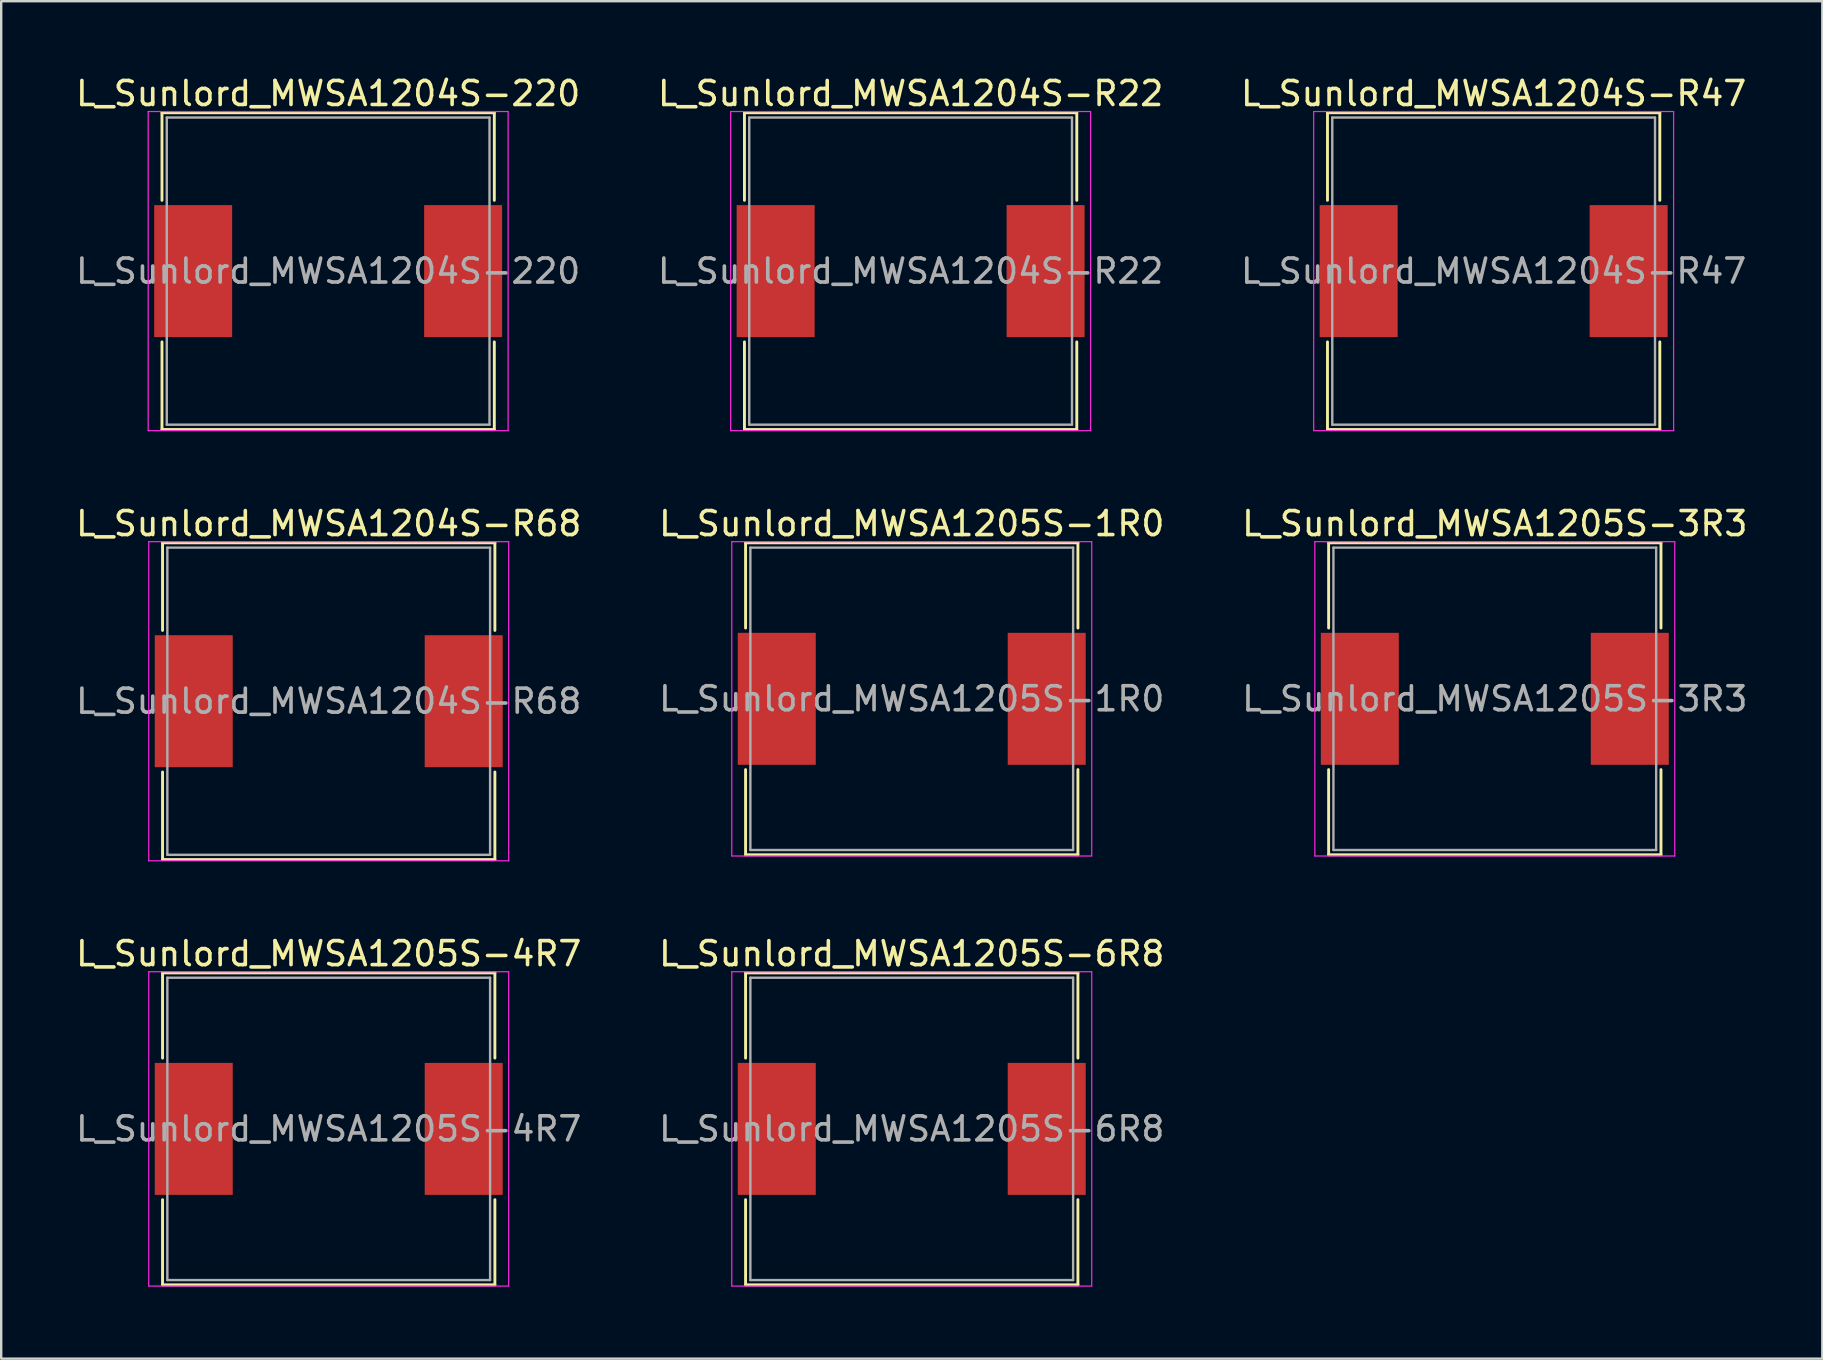
<source format=kicad_pcb>
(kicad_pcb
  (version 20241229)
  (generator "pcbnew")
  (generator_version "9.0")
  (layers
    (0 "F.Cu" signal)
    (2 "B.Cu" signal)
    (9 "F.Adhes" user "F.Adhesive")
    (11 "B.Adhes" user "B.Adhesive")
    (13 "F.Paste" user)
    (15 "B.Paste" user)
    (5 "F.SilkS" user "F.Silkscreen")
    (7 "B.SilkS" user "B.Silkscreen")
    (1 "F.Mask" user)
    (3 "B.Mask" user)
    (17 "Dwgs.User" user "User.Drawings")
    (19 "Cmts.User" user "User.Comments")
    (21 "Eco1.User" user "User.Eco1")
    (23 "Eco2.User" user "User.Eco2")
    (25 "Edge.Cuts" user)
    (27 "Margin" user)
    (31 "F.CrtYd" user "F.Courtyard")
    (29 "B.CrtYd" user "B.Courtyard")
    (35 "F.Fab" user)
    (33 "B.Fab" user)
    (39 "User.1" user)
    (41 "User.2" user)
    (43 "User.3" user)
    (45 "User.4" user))
  (footprint "L_Sunlord_MWSA1204S-R22"
    (layer "F.Cu")
    (at 34.899 8.248)
    (property "Reference" "L_Sunlord_MWSA1204S-R22" (at 0 -7.4 0) (layer "F.SilkS") (effects (font (size 1 1) (thickness 0.15))))
    (attr smd)
    (fp_line (start -6.925 -6.6) (end -6.925 -2.95) (stroke (width 0.12) (type solid)) (layer "F.SilkS"))
    (fp_line (start -6.925 -6.6) (end 6.925 -6.6) (stroke (width 0.12) (type solid)) (layer "F.SilkS"))
    (fp_line (start -6.925 6.6) (end -6.925 2.95) (stroke (width 0.12) (type solid)) (layer "F.SilkS"))
    (fp_line (start -6.925 6.6) (end 6.925 6.6) (stroke (width 0.12) (type solid)) (layer "F.SilkS"))
    (fp_line (start 6.925 -6.6) (end 6.925 -2.95) (stroke (width 0.12) (type solid)) (layer "F.SilkS"))
    (fp_line (start 6.925 6.6) (end 6.925 2.95) (stroke (width 0.12) (type solid)) (layer "F.SilkS"))
    (fp_line (start -7.5 -6.65) (end -7.5 6.65) (stroke (width 0.05) (type solid)) (layer "F.CrtYd"))
    (fp_line (start -7.5 6.65) (end 7.5 6.65) (stroke (width 0.05) (type solid)) (layer "F.CrtYd"))
    (fp_line (start 7.5 -6.65) (end -7.5 -6.65) (stroke (width 0.05) (type solid)) (layer "F.CrtYd"))
    (fp_line (start 7.5 6.65) (end 7.5 -6.65) (stroke (width 0.05) (type solid)) (layer "F.CrtYd"))
    (fp_line (start -6.725 -6.4) (end -6.725 6.4) (stroke (width 0.1) (type solid)) (layer "F.Fab"))
    (fp_line (start -6.725 6.4) (end 6.725 6.4) (stroke (width 0.1) (type solid)) (layer "F.Fab"))
    (fp_line (start 6.725 -6.4) (end -6.725 -6.4) (stroke (width 0.1) (type solid)) (layer "F.Fab"))
    (fp_line (start 6.725 6.4) (end 6.725 -6.4) (stroke (width 0.1) (type solid)) (layer "F.Fab"))
    (fp_text user "${REFERENCE}" (at 0 0 0) (layer "F.Fab") (effects (font (size 1 1) (thickness 0.15))))
    (pad "1" smd rect (at -5.625 0) (size 3.25 5.5) (layers "F.Cu" "F.Mask" "F.Paste"))
    (pad "2" smd rect (at 5.625 0) (size 3.25 5.5) (layers "F.Cu" "F.Mask" "F.Paste")))
  (footprint "L_Sunlord_MWSA1204S-R47"
    (layer "F.Cu")
    (at 59.196 8.248)
    (property "Reference" "L_Sunlord_MWSA1204S-R47" (at 0 -7.4 0) (layer "F.SilkS") (effects (font (size 1 1) (thickness 0.15))))
    (attr smd)
    (fp_line (start -6.925 -6.6) (end -6.925 -2.95) (stroke (width 0.12) (type solid)) (layer "F.SilkS"))
    (fp_line (start -6.925 -6.6) (end 6.925 -6.6) (stroke (width 0.12) (type solid)) (layer "F.SilkS"))
    (fp_line (start -6.925 6.6) (end -6.925 2.95) (stroke (width 0.12) (type solid)) (layer "F.SilkS"))
    (fp_line (start -6.925 6.6) (end 6.925 6.6) (stroke (width 0.12) (type solid)) (layer "F.SilkS"))
    (fp_line (start 6.925 -6.6) (end 6.925 -2.95) (stroke (width 0.12) (type solid)) (layer "F.SilkS"))
    (fp_line (start 6.925 6.6) (end 6.925 2.95) (stroke (width 0.12) (type solid)) (layer "F.SilkS"))
    (fp_line (start -7.5 -6.65) (end -7.5 6.65) (stroke (width 0.05) (type solid)) (layer "F.CrtYd"))
    (fp_line (start -7.5 6.65) (end 7.5 6.65) (stroke (width 0.05) (type solid)) (layer "F.CrtYd"))
    (fp_line (start 7.5 -6.65) (end -7.5 -6.65) (stroke (width 0.05) (type solid)) (layer "F.CrtYd"))
    (fp_line (start 7.5 6.65) (end 7.5 -6.65) (stroke (width 0.05) (type solid)) (layer "F.CrtYd"))
    (fp_line (start -6.725 -6.4) (end -6.725 6.4) (stroke (width 0.1) (type solid)) (layer "F.Fab"))
    (fp_line (start -6.725 6.4) (end 6.725 6.4) (stroke (width 0.1) (type solid)) (layer "F.Fab"))
    (fp_line (start 6.725 -6.4) (end -6.725 -6.4) (stroke (width 0.1) (type solid)) (layer "F.Fab"))
    (fp_line (start 6.725 6.4) (end 6.725 -6.4) (stroke (width 0.1) (type solid)) (layer "F.Fab"))
    (fp_text user "${REFERENCE}" (at 0 0 0) (layer "F.Fab") (effects (font (size 1 1) (thickness 0.15))))
    (pad "1" smd rect (at -5.625 0) (size 3.25 5.5) (layers "F.Cu" "F.Mask" "F.Paste"))
    (pad "2" smd rect (at 5.625 0) (size 3.25 5.5) (layers "F.Cu" "F.Mask" "F.Paste")))
  (footprint "L_Sunlord_MWSA1204S-R68"
    (layer "F.Cu")
    (at 10.649 26.172)
    (property "Reference" "L_Sunlord_MWSA1204S-R68" (at 0 -7.4 0) (layer "F.SilkS") (effects (font (size 1 1) (thickness 0.15))))
    (attr smd)
    (fp_line (start -6.925 -6.6) (end -6.925 -2.95) (stroke (width 0.12) (type solid)) (layer "F.SilkS"))
    (fp_line (start -6.925 -6.6) (end 6.925 -6.6) (stroke (width 0.12) (type solid)) (layer "F.SilkS"))
    (fp_line (start -6.925 6.6) (end -6.925 2.95) (stroke (width 0.12) (type solid)) (layer "F.SilkS"))
    (fp_line (start -6.925 6.6) (end 6.925 6.6) (stroke (width 0.12) (type solid)) (layer "F.SilkS"))
    (fp_line (start 6.925 -6.6) (end 6.925 -2.95) (stroke (width 0.12) (type solid)) (layer "F.SilkS"))
    (fp_line (start 6.925 6.6) (end 6.925 2.95) (stroke (width 0.12) (type solid)) (layer "F.SilkS"))
    (fp_line (start -7.5 -6.65) (end -7.5 6.65) (stroke (width 0.05) (type solid)) (layer "F.CrtYd"))
    (fp_line (start -7.5 6.65) (end 7.5 6.65) (stroke (width 0.05) (type solid)) (layer "F.CrtYd"))
    (fp_line (start 7.5 -6.65) (end -7.5 -6.65) (stroke (width 0.05) (type solid)) (layer "F.CrtYd"))
    (fp_line (start 7.5 6.65) (end 7.5 -6.65) (stroke (width 0.05) (type solid)) (layer "F.CrtYd"))
    (fp_line (start -6.725 -6.4) (end -6.725 6.4) (stroke (width 0.1) (type solid)) (layer "F.Fab"))
    (fp_line (start -6.725 6.4) (end 6.725 6.4) (stroke (width 0.1) (type solid)) (layer "F.Fab"))
    (fp_line (start 6.725 -6.4) (end -6.725 -6.4) (stroke (width 0.1) (type solid)) (layer "F.Fab"))
    (fp_line (start 6.725 6.4) (end 6.725 -6.4) (stroke (width 0.1) (type solid)) (layer "F.Fab"))
    (fp_text user "${REFERENCE}" (at 0 0 0) (layer "F.Fab") (effects (font (size 1 1) (thickness 0.15))))
    (pad "1" smd rect (at -5.625 0) (size 3.25 5.5) (layers "F.Cu" "F.Mask" "F.Paste"))
    (pad "2" smd rect (at 5.625 0) (size 3.25 5.5) (layers "F.Cu" "F.Mask" "F.Paste")))
  (footprint "L_Sunlord_MWSA1205S-3R3"
    (layer "F.Cu")
    (at 59.244 26.072)
    (property "Reference" "L_Sunlord_MWSA1205S-3R3" (at 0 -7.3 0) (layer "F.SilkS") (effects (font (size 1 1) (thickness 0.15))))
    (attr smd)
    (fp_line (start -6.925 -6.5) (end -6.925 -2.95) (stroke (width 0.12) (type solid)) (layer "F.SilkS"))
    (fp_line (start -6.925 -6.5) (end 6.925 -6.5) (stroke (width 0.12) (type solid)) (layer "F.SilkS"))
    (fp_line (start -6.925 6.5) (end -6.925 2.95) (stroke (width 0.12) (type solid)) (layer "F.SilkS"))
    (fp_line (start -6.925 6.5) (end 6.925 6.5) (stroke (width 0.12) (type solid)) (layer "F.SilkS"))
    (fp_line (start 6.925 -6.5) (end 6.925 -2.95) (stroke (width 0.12) (type solid)) (layer "F.SilkS"))
    (fp_line (start 6.925 6.5) (end 6.925 2.95) (stroke (width 0.12) (type solid)) (layer "F.SilkS"))
    (fp_line (start -7.5 -6.55) (end -7.5 6.55) (stroke (width 0.05) (type solid)) (layer "F.CrtYd"))
    (fp_line (start -7.5 6.55) (end 7.5 6.55) (stroke (width 0.05) (type solid)) (layer "F.CrtYd"))
    (fp_line (start 7.5 -6.55) (end -7.5 -6.55) (stroke (width 0.05) (type solid)) (layer "F.CrtYd"))
    (fp_line (start 7.5 6.55) (end 7.5 -6.55) (stroke (width 0.05) (type solid)) (layer "F.CrtYd"))
    (fp_line (start -6.725 -6.3) (end -6.725 6.3) (stroke (width 0.1) (type solid)) (layer "F.Fab"))
    (fp_line (start -6.725 6.3) (end 6.725 6.3) (stroke (width 0.1) (type solid)) (layer "F.Fab"))
    (fp_line (start 6.725 -6.3) (end -6.725 -6.3) (stroke (width 0.1) (type solid)) (layer "F.Fab"))
    (fp_line (start 6.725 6.3) (end 6.725 -6.3) (stroke (width 0.1) (type solid)) (layer "F.Fab"))
    (fp_text user "${REFERENCE}" (at 0 0 0) (layer "F.Fab") (effects (font (size 1 1) (thickness 0.15))))
    (pad "1" smd rect (at -5.625 0) (size 3.25 5.5) (layers "F.Cu" "F.Mask" "F.Paste"))
    (pad "2" smd rect (at 5.625 0) (size 3.25 5.5) (layers "F.Cu" "F.Mask" "F.Paste")))
  (footprint "L_Sunlord_MWSA1205S-6R8"
    (layer "F.Cu")
    (at 34.946 43.995)
    (property "Reference" "L_Sunlord_MWSA1205S-6R8" (at 0 -7.3 0) (layer "F.SilkS") (effects (font (size 1 1) (thickness 0.15))))
    (attr smd)
    (fp_line (start -6.925 -6.5) (end -6.925 -2.95) (stroke (width 0.12) (type solid)) (layer "F.SilkS"))
    (fp_line (start -6.925 -6.5) (end 6.925 -6.5) (stroke (width 0.12) (type solid)) (layer "F.SilkS"))
    (fp_line (start -6.925 6.5) (end -6.925 2.95) (stroke (width 0.12) (type solid)) (layer "F.SilkS"))
    (fp_line (start -6.925 6.5) (end 6.925 6.5) (stroke (width 0.12) (type solid)) (layer "F.SilkS"))
    (fp_line (start 6.925 -6.5) (end 6.925 -2.95) (stroke (width 0.12) (type solid)) (layer "F.SilkS"))
    (fp_line (start 6.925 6.5) (end 6.925 2.95) (stroke (width 0.12) (type solid)) (layer "F.SilkS"))
    (fp_line (start -7.5 -6.55) (end -7.5 6.55) (stroke (width 0.05) (type solid)) (layer "F.CrtYd"))
    (fp_line (start -7.5 6.55) (end 7.5 6.55) (stroke (width 0.05) (type solid)) (layer "F.CrtYd"))
    (fp_line (start 7.5 -6.55) (end -7.5 -6.55) (stroke (width 0.05) (type solid)) (layer "F.CrtYd"))
    (fp_line (start 7.5 6.55) (end 7.5 -6.55) (stroke (width 0.05) (type solid)) (layer "F.CrtYd"))
    (fp_line (start -6.725 -6.3) (end -6.725 6.3) (stroke (width 0.1) (type solid)) (layer "F.Fab"))
    (fp_line (start -6.725 6.3) (end 6.725 6.3) (stroke (width 0.1) (type solid)) (layer "F.Fab"))
    (fp_line (start 6.725 -6.3) (end -6.725 -6.3) (stroke (width 0.1) (type solid)) (layer "F.Fab"))
    (fp_line (start 6.725 6.3) (end 6.725 -6.3) (stroke (width 0.1) (type solid)) (layer "F.Fab"))
    (fp_text user "${REFERENCE}" (at 0 0 0) (layer "F.Fab") (effects (font (size 1 1) (thickness 0.15))))
    (pad "1" smd rect (at -5.625 0) (size 3.25 5.5) (layers "F.Cu" "F.Mask" "F.Paste"))
    (pad "2" smd rect (at 5.625 0) (size 3.25 5.5) (layers "F.Cu" "F.Mask" "F.Paste")))
  (footprint "L_Sunlord_MWSA1205S-1R0"
    (layer "F.Cu")
    (at 34.946 26.072)
    (property "Reference" "L_Sunlord_MWSA1205S-1R0" (at 0 -7.3 0) (layer "F.SilkS") (effects (font (size 1 1) (thickness 0.15))))
    (attr smd)
    (fp_line (start -6.925 -6.5) (end -6.925 -2.95) (stroke (width 0.12) (type solid)) (layer "F.SilkS"))
    (fp_line (start -6.925 -6.5) (end 6.925 -6.5) (stroke (width 0.12) (type solid)) (layer "F.SilkS"))
    (fp_line (start -6.925 6.5) (end -6.925 2.95) (stroke (width 0.12) (type solid)) (layer "F.SilkS"))
    (fp_line (start -6.925 6.5) (end 6.925 6.5) (stroke (width 0.12) (type solid)) (layer "F.SilkS"))
    (fp_line (start 6.925 -6.5) (end 6.925 -2.95) (stroke (width 0.12) (type solid)) (layer "F.SilkS"))
    (fp_line (start 6.925 6.5) (end 6.925 2.95) (stroke (width 0.12) (type solid)) (layer "F.SilkS"))
    (fp_line (start -7.5 -6.55) (end -7.5 6.55) (stroke (width 0.05) (type solid)) (layer "F.CrtYd"))
    (fp_line (start -7.5 6.55) (end 7.5 6.55) (stroke (width 0.05) (type solid)) (layer "F.CrtYd"))
    (fp_line (start 7.5 -6.55) (end -7.5 -6.55) (stroke (width 0.05) (type solid)) (layer "F.CrtYd"))
    (fp_line (start 7.5 6.55) (end 7.5 -6.55) (stroke (width 0.05) (type solid)) (layer "F.CrtYd"))
    (fp_line (start -6.725 -6.3) (end -6.725 6.3) (stroke (width 0.1) (type solid)) (layer "F.Fab"))
    (fp_line (start -6.725 6.3) (end 6.725 6.3) (stroke (width 0.1) (type solid)) (layer "F.Fab"))
    (fp_line (start 6.725 -6.3) (end -6.725 -6.3) (stroke (width 0.1) (type solid)) (layer "F.Fab"))
    (fp_line (start 6.725 6.3) (end 6.725 -6.3) (stroke (width 0.1) (type solid)) (layer "F.Fab"))
    (fp_text user "${REFERENCE}" (at 0 0 0) (layer "F.Fab") (effects (font (size 1 1) (thickness 0.15))))
    (pad "1" smd rect (at -5.625 0) (size 3.25 5.5) (layers "F.Cu" "F.Mask" "F.Paste"))
    (pad "2" smd rect (at 5.625 0) (size 3.25 5.5) (layers "F.Cu" "F.Mask" "F.Paste")))
  (footprint "L_Sunlord_MWSA1204S-220"
    (layer "F.Cu")
    (at 10.625 8.248)
    (property "Reference" "L_Sunlord_MWSA1204S-220" (at 0 -7.4 0) (layer "F.SilkS") (effects (font (size 1 1) (thickness 0.15))))
    (attr smd)
    (fp_line (start -6.925 -6.6) (end -6.925 -2.95) (stroke (width 0.12) (type solid)) (layer "F.SilkS"))
    (fp_line (start -6.925 -6.6) (end 6.925 -6.6) (stroke (width 0.12) (type solid)) (layer "F.SilkS"))
    (fp_line (start -6.925 6.6) (end -6.925 2.95) (stroke (width 0.12) (type solid)) (layer "F.SilkS"))
    (fp_line (start -6.925 6.6) (end 6.925 6.6) (stroke (width 0.12) (type solid)) (layer "F.SilkS"))
    (fp_line (start 6.925 -6.6) (end 6.925 -2.95) (stroke (width 0.12) (type solid)) (layer "F.SilkS"))
    (fp_line (start 6.925 6.6) (end 6.925 2.95) (stroke (width 0.12) (type solid)) (layer "F.SilkS"))
    (fp_line (start -7.5 -6.65) (end -7.5 6.65) (stroke (width 0.05) (type solid)) (layer "F.CrtYd"))
    (fp_line (start -7.5 6.65) (end 7.5 6.65) (stroke (width 0.05) (type solid)) (layer "F.CrtYd"))
    (fp_line (start 7.5 -6.65) (end -7.5 -6.65) (stroke (width 0.05) (type solid)) (layer "F.CrtYd"))
    (fp_line (start 7.5 6.65) (end 7.5 -6.65) (stroke (width 0.05) (type solid)) (layer "F.CrtYd"))
    (fp_line (start -6.725 -6.4) (end -6.725 6.4) (stroke (width 0.1) (type solid)) (layer "F.Fab"))
    (fp_line (start -6.725 6.4) (end 6.725 6.4) (stroke (width 0.1) (type solid)) (layer "F.Fab"))
    (fp_line (start 6.725 -6.4) (end -6.725 -6.4) (stroke (width 0.1) (type solid)) (layer "F.Fab"))
    (fp_line (start 6.725 6.4) (end 6.725 -6.4) (stroke (width 0.1) (type solid)) (layer "F.Fab"))
    (fp_text user "${REFERENCE}" (at 0 0 0) (layer "F.Fab") (effects (font (size 1 1) (thickness 0.15))))
    (pad "1" smd rect (at -5.625 0) (size 3.25 5.5) (layers "F.Cu" "F.Mask" "F.Paste"))
    (pad "2" smd rect (at 5.625 0) (size 3.25 5.5) (layers "F.Cu" "F.Mask" "F.Paste")))
  (footprint "L_Sunlord_MWSA1205S-4R7"
    (layer "F.Cu")
    (at 10.649 43.995)
    (property "Reference" "L_Sunlord_MWSA1205S-4R7" (at 0 -7.3 0) (layer "F.SilkS") (effects (font (size 1 1) (thickness 0.15))))
    (attr smd)
    (fp_line (start -6.925 -6.5) (end -6.925 -2.95) (stroke (width 0.12) (type solid)) (layer "F.SilkS"))
    (fp_line (start -6.925 -6.5) (end 6.925 -6.5) (stroke (width 0.12) (type solid)) (layer "F.SilkS"))
    (fp_line (start -6.925 6.5) (end -6.925 2.95) (stroke (width 0.12) (type solid)) (layer "F.SilkS"))
    (fp_line (start -6.925 6.5) (end 6.925 6.5) (stroke (width 0.12) (type solid)) (layer "F.SilkS"))
    (fp_line (start 6.925 -6.5) (end 6.925 -2.95) (stroke (width 0.12) (type solid)) (layer "F.SilkS"))
    (fp_line (start 6.925 6.5) (end 6.925 2.95) (stroke (width 0.12) (type solid)) (layer "F.SilkS"))
    (fp_line (start -7.5 -6.55) (end -7.5 6.55) (stroke (width 0.05) (type solid)) (layer "F.CrtYd"))
    (fp_line (start -7.5 6.55) (end 7.5 6.55) (stroke (width 0.05) (type solid)) (layer "F.CrtYd"))
    (fp_line (start 7.5 -6.55) (end -7.5 -6.55) (stroke (width 0.05) (type solid)) (layer "F.CrtYd"))
    (fp_line (start 7.5 6.55) (end 7.5 -6.55) (stroke (width 0.05) (type solid)) (layer "F.CrtYd"))
    (fp_line (start -6.725 -6.3) (end -6.725 6.3) (stroke (width 0.1) (type solid)) (layer "F.Fab"))
    (fp_line (start -6.725 6.3) (end 6.725 6.3) (stroke (width 0.1) (type solid)) (layer "F.Fab"))
    (fp_line (start 6.725 -6.3) (end -6.725 -6.3) (stroke (width 0.1) (type solid)) (layer "F.Fab"))
    (fp_line (start 6.725 6.3) (end 6.725 -6.3) (stroke (width 0.1) (type solid)) (layer "F.Fab"))
    (fp_text user "${REFERENCE}" (at 0 0 0) (layer "F.Fab") (effects (font (size 1 1) (thickness 0.15))))
    (pad "1" smd rect (at -5.625 0) (size 3.25 5.5) (layers "F.Cu" "F.Mask" "F.Paste"))
    (pad "2" smd rect (at 5.625 0) (size 3.25 5.5) (layers "F.Cu" "F.Mask" "F.Paste")))
  (gr_rect
    (start -3 -3)
    (end 72.893 53.57)
    (stroke (width 0.1) (type default))
    (fill no)
    (layer "Edge.Cuts")))
</source>
